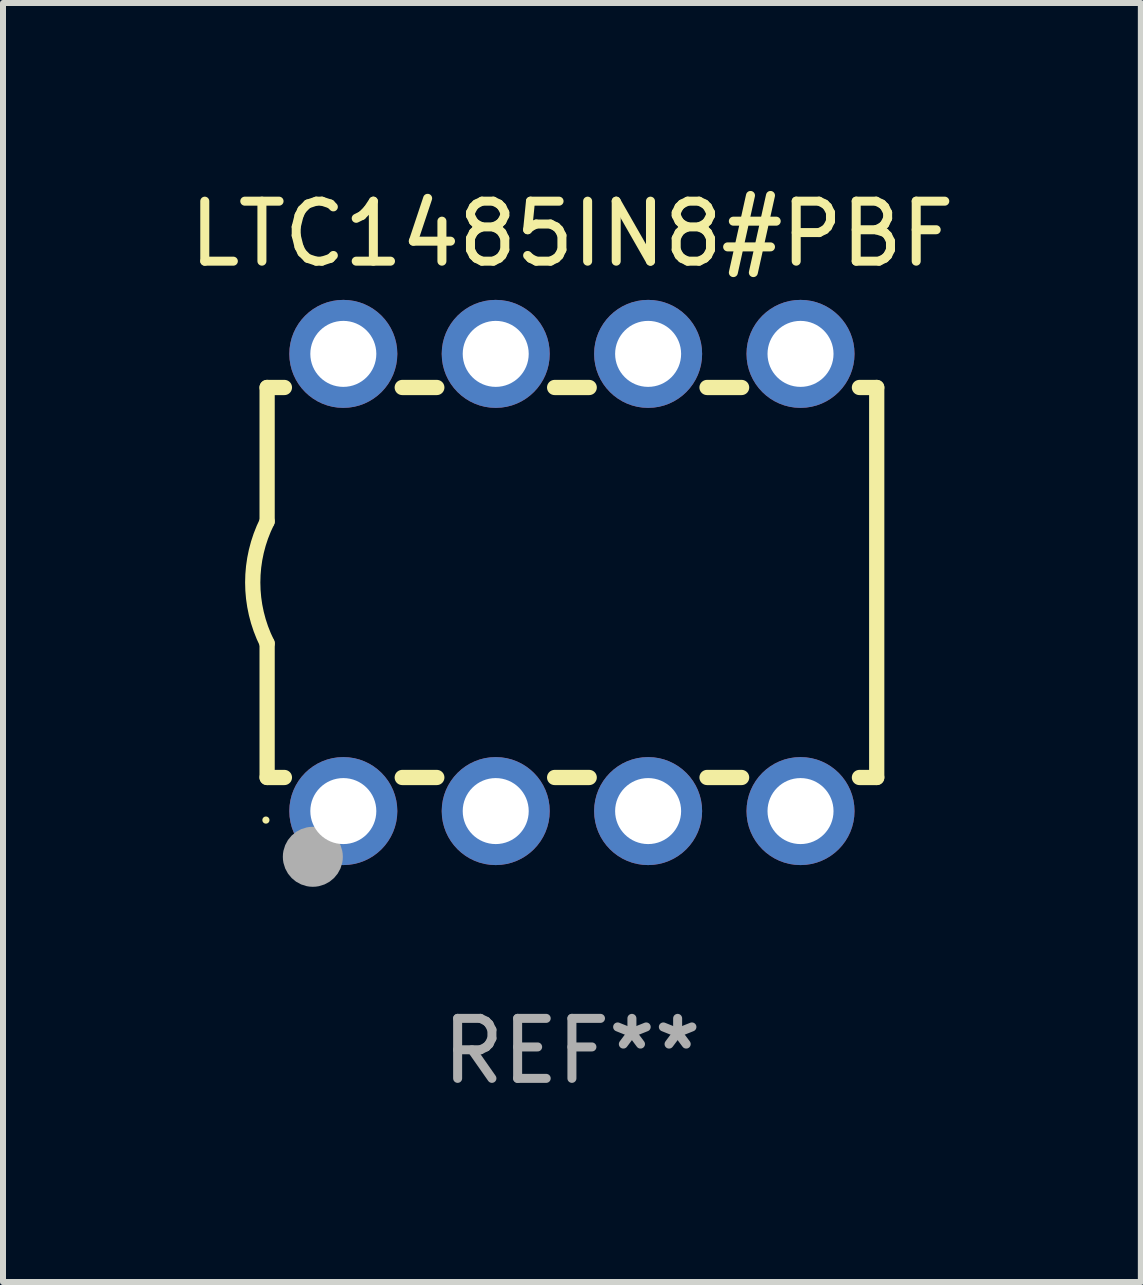
<source format=kicad_pcb>
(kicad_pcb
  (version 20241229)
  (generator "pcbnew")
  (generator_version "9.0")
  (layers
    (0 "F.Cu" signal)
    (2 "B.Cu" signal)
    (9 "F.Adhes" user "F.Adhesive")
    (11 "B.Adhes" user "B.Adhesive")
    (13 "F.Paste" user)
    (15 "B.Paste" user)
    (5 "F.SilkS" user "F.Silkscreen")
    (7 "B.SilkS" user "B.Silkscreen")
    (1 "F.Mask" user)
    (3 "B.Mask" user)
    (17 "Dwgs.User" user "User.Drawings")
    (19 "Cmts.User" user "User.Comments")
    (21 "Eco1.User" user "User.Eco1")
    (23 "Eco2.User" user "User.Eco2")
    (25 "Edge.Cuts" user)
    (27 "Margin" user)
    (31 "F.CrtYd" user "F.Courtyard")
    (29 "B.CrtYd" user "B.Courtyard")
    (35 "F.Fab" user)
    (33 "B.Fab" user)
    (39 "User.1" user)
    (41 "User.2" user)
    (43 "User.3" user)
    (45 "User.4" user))
  (footprint "LTC1485IN8#PBF"
    (layer "F.Cu")
    (at 6.482 6.658)
    (property "Reference" "LTC1485IN8#PBF" (at 0 -5.81 0) (layer "F.SilkS") (effects (font (size 1 1) (thickness 0.15))))
    (attr through_hole)
    (fp_line (start -5.08 -3.25) (end -5.08 -1.017) (stroke (width 0.254) (type solid)) (layer "F.SilkS"))
    (fp_line (start -5.08 -3.25) (end -4.792 -3.25) (stroke (width 0.254) (type solid)) (layer "F.SilkS"))
    (fp_line (start -5.08 3.25) (end -5.08 1.015) (stroke (width 0.254) (type solid)) (layer "F.SilkS"))
    (fp_line (start -5.08 3.25) (end -4.792 3.25) (stroke (width 0.254) (type solid)) (layer "F.SilkS"))
    (fp_line (start -2.828 -3.25) (end -2.252 -3.25) (stroke (width 0.254) (type solid)) (layer "F.SilkS"))
    (fp_line (start -2.828 3.25) (end -2.252 3.25) (stroke (width 0.254) (type solid)) (layer "F.SilkS"))
    (fp_line (start -0.288 -3.25) (end 0.288 -3.25) (stroke (width 0.254) (type solid)) (layer "F.SilkS"))
    (fp_line (start -0.288 3.25) (end 0.288 3.25) (stroke (width 0.254) (type solid)) (layer "F.SilkS"))
    (fp_line (start 2.252 -3.25) (end 2.828 -3.25) (stroke (width 0.254) (type solid)) (layer "F.SilkS"))
    (fp_line (start 2.252 3.25) (end 2.828 3.25) (stroke (width 0.254) (type solid)) (layer "F.SilkS"))
    (fp_line (start 4.792 -3.25) (end 5.08 -3.25) (stroke (width 0.254) (type solid)) (layer "F.SilkS"))
    (fp_line (start 4.792 3.25) (end 5.08 3.25) (stroke (width 0.254) (type solid)) (layer "F.SilkS"))
    (fp_line (start 5.08 -3.25) (end 5.08 3.25) (stroke (width 0.254) (type solid)) (layer "F.SilkS"))
    (fp_arc (start -5.08001 1.01524) (mid -5.319856 -0.000762) (end -5.08001 -1.016764) (stroke (width 0.254001) (type solid)) (layer "F.SilkS"))
    (fp_circle (center -5.1 3.96) (end -5.07 3.96) (stroke (width 0.06) (type solid)) (fill no) (layer "F.SilkS"))
    (fp_circle (center -4.318 4.572) (end -4.068 4.572) (stroke (width 0.5) (type solid)) (fill no) (layer "F.Fab"))
    (fp_text user "REF**" (at 0 7.81 0) (layer "F.Fab") (effects (font (size 1 1) (thickness 0.15))))
    (pad "1" thru_hole circle (at -3.81 3.81) (size 1.8 1.8) (drill 1.1) (layers "*.Cu" "*.Mask"))
    (pad "2" thru_hole circle (at -1.27 3.81) (size 1.8 1.8) (drill 1.1) (layers "*.Cu" "*.Mask"))
    (pad "3" thru_hole circle (at 1.27 3.81) (size 1.8 1.8) (drill 1.1) (layers "*.Cu" "*.Mask"))
    (pad "4" thru_hole circle (at 3.81 3.81) (size 1.8 1.8) (drill 1.1) (layers "*.Cu" "*.Mask"))
    (pad "5" thru_hole circle (at 3.81 -3.81) (size 1.8 1.8) (drill 1.1) (layers "*.Cu" "*.Mask"))
    (pad "6" thru_hole circle (at 1.27 -3.81) (size 1.8 1.8) (drill 1.1) (layers "*.Cu" "*.Mask"))
    (pad "7" thru_hole circle (at -1.27 -3.81) (size 1.8 1.8) (drill 1.1) (layers "*.Cu" "*.Mask"))
    (pad "8" thru_hole circle (at -3.81 -3.81) (size 1.8 1.8) (drill 1.1) (layers "*.Cu" "*.Mask")))
  (gr_rect
    (start -3 -3)
    (end 15.964 18.317)
    (stroke (width 0.1) (type default))
    (fill no)
    (layer "Edge.Cuts")))
</source>
